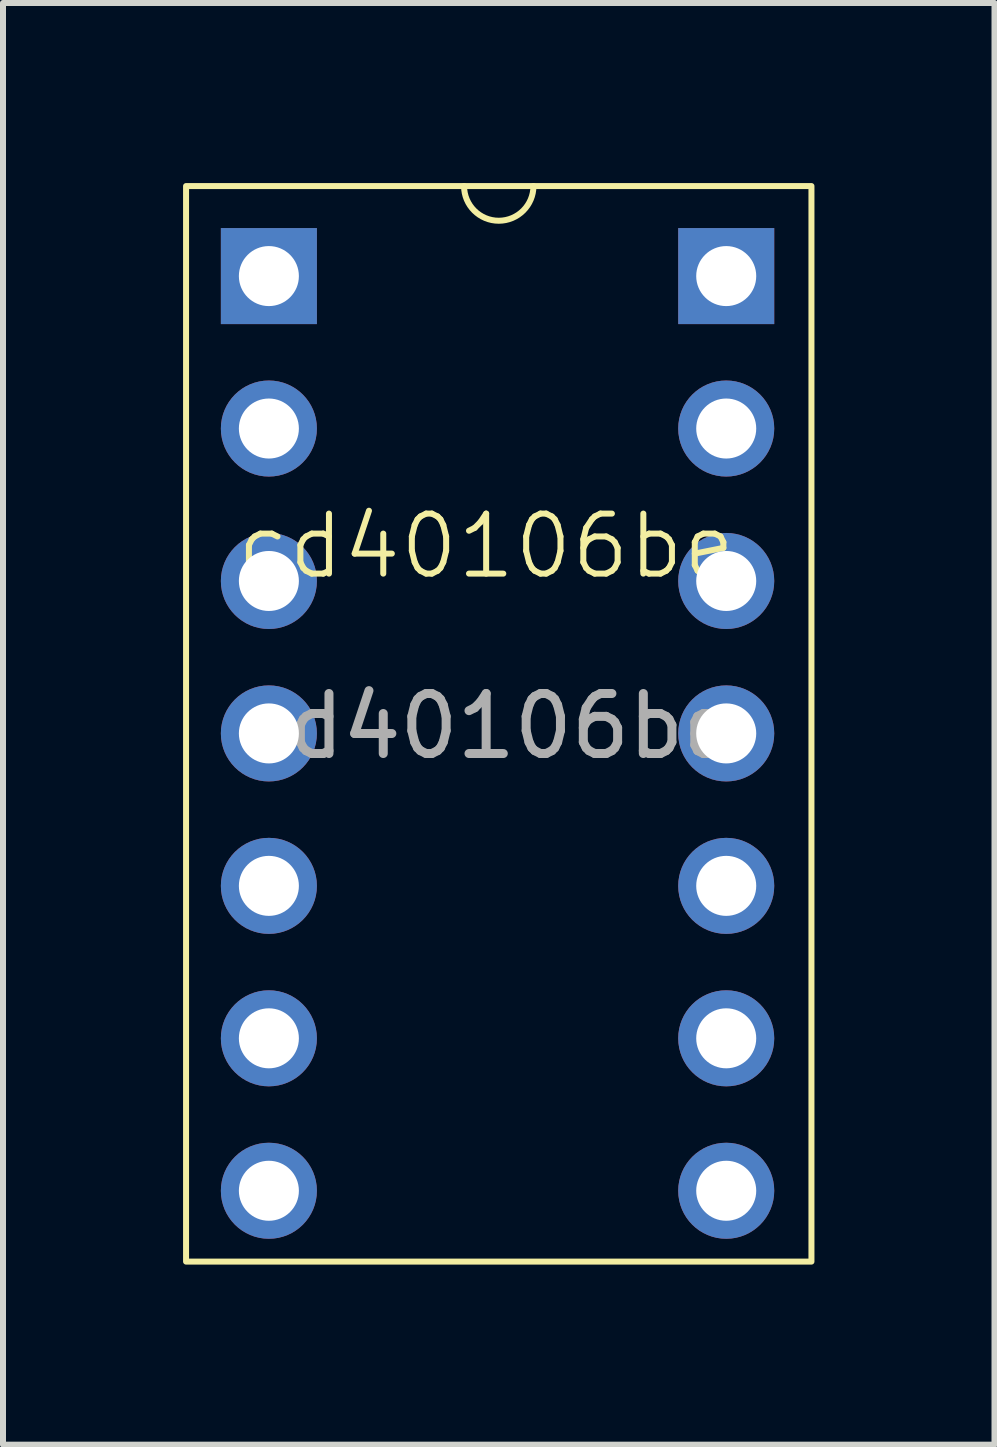
<source format=kicad_pcb>
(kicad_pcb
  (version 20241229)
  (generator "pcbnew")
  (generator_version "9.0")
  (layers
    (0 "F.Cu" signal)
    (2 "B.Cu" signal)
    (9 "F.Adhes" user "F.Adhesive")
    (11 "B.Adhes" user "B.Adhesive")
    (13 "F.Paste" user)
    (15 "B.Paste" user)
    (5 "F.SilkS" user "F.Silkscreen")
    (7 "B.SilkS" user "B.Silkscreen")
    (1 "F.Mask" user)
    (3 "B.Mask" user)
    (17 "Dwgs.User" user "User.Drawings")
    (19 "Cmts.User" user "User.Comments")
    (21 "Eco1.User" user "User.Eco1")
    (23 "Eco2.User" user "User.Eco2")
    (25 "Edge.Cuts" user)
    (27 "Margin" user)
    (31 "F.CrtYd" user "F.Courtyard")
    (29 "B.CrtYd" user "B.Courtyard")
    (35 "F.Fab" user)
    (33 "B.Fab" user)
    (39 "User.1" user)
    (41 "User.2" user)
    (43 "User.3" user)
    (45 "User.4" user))
  (footprint "cd40106be"
    (layer "F.Cu")
    (at 5.05 6.55)
    (property "Reference" "cd40106be" (at 0 -0.5 0) (unlocked yes) (layer "F.SilkS") (effects (font (size 1 1) (thickness 0.1))))
    (attr smd)
    (fp_rect (start -5 -6.5) (end 5.42 11.42) (stroke (width 0.1) (type default)) (fill no) (layer "F.SilkS"))
    (fp_arc (start 0.788014 -6.5) (mid 0.21 -5.921986) (end -0.368014 -6.5) (stroke (width 0.1) (type default)) (layer "F.SilkS"))
    (fp_text user "${REFERENCE}" (at 0 2.5 0) (unlocked yes) (layer "F.Fab") (effects (font (size 1 1) (thickness 0.15))))
    (pad "1" thru_hole rect (at -3.62 -5) (size 1.6 1.6) (drill 1) (layers "*.Cu" "*.Mask"))
    (pad "2" thru_hole oval (at -3.62 -2.46) (size 1.6 1.6) (drill 1) (layers "*.Cu" "*.Mask"))
    (pad "3" thru_hole oval (at -3.62 0.08) (size 1.6 1.6) (drill 1) (layers "*.Cu" "*.Mask"))
    (pad "4" thru_hole oval (at -3.62 2.62) (size 1.6 1.6) (drill 1) (layers "*.Cu" "*.Mask"))
    (pad "5" thru_hole oval (at -3.62 5.16) (size 1.6 1.6) (drill 1) (layers "*.Cu" "*.Mask"))
    (pad "6" thru_hole oval (at -3.62 7.7) (size 1.6 1.6) (drill 1) (layers "*.Cu" "*.Mask"))
    (pad "7" thru_hole oval (at -3.62 10.24) (size 1.6 1.6) (drill 1) (layers "*.Cu" "*.Mask"))
    (pad "8" thru_hole oval (at 4 10.24) (size 1.6 1.6) (drill 1) (layers "*.Cu" "*.Mask"))
    (pad "9" thru_hole oval (at 4 7.7) (size 1.6 1.6) (drill 1) (layers "*.Cu" "*.Mask"))
    (pad "10" thru_hole oval (at 4 5.16) (size 1.6 1.6) (drill 1) (layers "*.Cu" "*.Mask"))
    (pad "11" thru_hole oval (at 4 2.62) (size 1.6 1.6) (drill 1) (layers "*.Cu" "*.Mask"))
    (pad "12" thru_hole oval (at 4 0.08) (size 1.6 1.6) (drill 1) (layers "*.Cu" "*.Mask"))
    (pad "13" thru_hole oval (at 4 -2.46) (size 1.6 1.6) (drill 1) (layers "*.Cu" "*.Mask"))
    (pad "14" thru_hole rect (at 4 -5) (size 1.6 1.6) (drill 1) (layers "*.Cu" "*.Mask"))
    (zone (net_name "") (layer "F.SilkS") (hatch edge 0.5) (connect_pads) (min_thickness 0.25) (filled_areas_thickness no) (keepout (tracks allowed) (vias allowed) (pads not_allowed) (copperpour allowed) (footprints not_allowed)) (placement (enabled no)) (fill) (polygon (pts (xy 0.05 0.05) (xy 10.47 0.05) (xy 10.47 17.97) (xy 0.05 17.97)))))
  (gr_rect
    (start -3 -3)
    (end 13.52 21.02)
    (stroke (width 0.1) (type default))
    (fill no)
    (layer "Edge.Cuts")))
</source>
